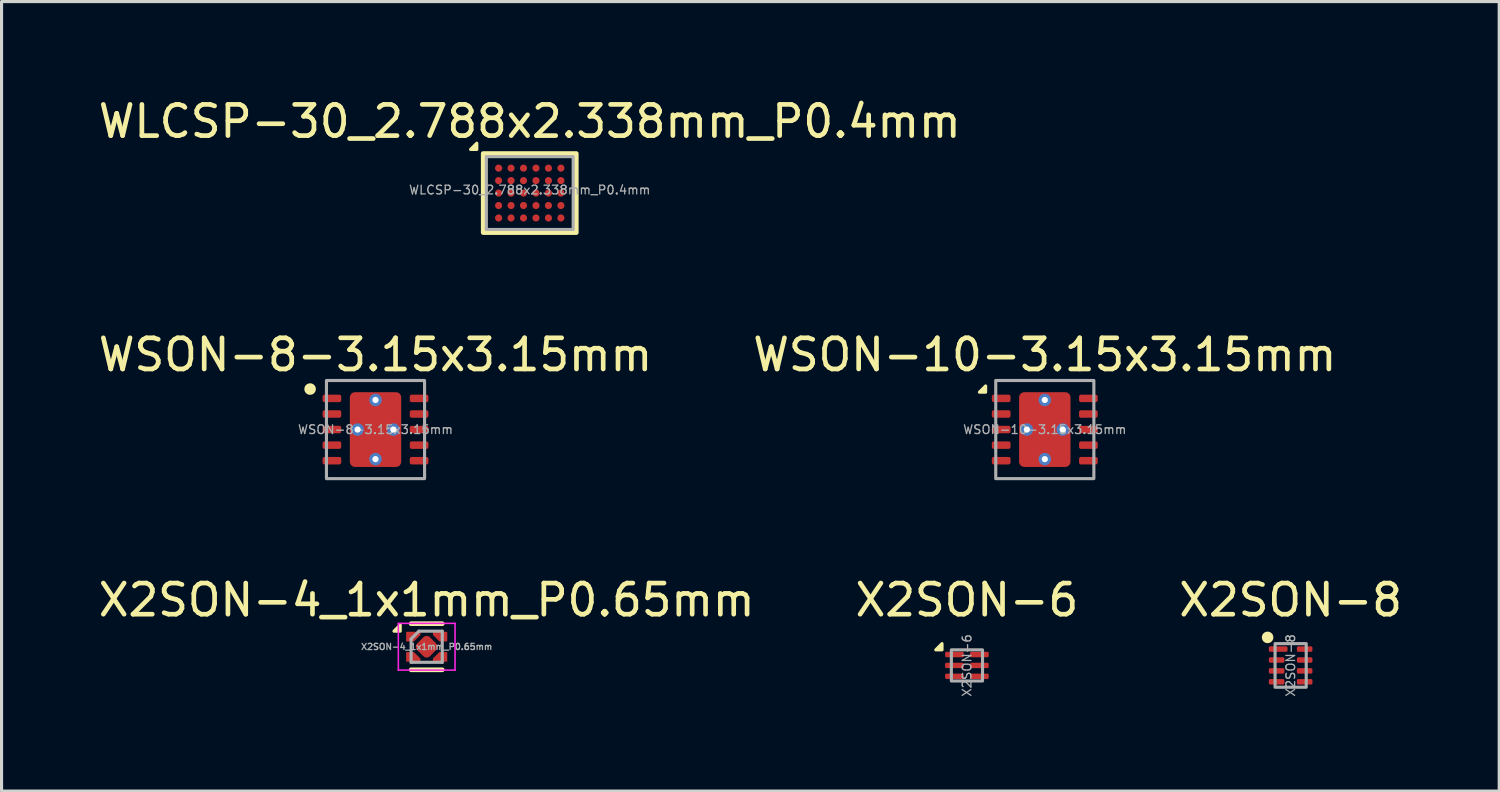
<source format=kicad_pcb>
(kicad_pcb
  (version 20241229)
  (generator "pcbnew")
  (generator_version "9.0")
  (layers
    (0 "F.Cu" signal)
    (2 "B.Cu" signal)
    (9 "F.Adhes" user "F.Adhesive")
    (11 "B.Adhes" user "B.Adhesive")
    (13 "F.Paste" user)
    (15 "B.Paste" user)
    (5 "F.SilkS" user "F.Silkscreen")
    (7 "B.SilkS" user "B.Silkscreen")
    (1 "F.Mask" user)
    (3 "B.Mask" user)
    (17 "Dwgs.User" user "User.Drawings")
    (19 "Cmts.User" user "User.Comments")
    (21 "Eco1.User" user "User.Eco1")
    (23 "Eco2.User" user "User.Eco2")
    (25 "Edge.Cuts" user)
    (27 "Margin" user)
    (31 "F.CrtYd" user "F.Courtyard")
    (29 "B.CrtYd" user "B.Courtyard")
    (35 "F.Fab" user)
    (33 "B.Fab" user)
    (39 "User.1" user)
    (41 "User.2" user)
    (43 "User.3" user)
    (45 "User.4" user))
  (footprint "WSON-8-3.15x3.15mm"
    (layer "F.Cu")
    (at 9.006 10.741)
    (property "Reference" "WSON-8-3.15x3.15mm" (at 0 -2.4 0) (unlocked yes) (layer "F.SilkS") (effects (font (size 1 1) (thickness 0.15))))
    (attr smd)
    (fp_circle (center -2.1 -1.3) (end -1.94 -1.3) (stroke (width 0.05) (type solid)) (fill yes) (layer "F.SilkS"))
    (fp_rect (start -1.575 -1.575) (end 1.575 1.575) (stroke (width 0.1) (type solid)) (fill no) (layer "F.Fab"))
    (fp_text user "${REFERENCE}" (at 0 0 0) (unlocked yes) (layer "F.Fab") (effects (font (size 0.28 0.28) (thickness 0.042))))
    (pad "1" smd roundrect (at -1.4 -1) (size 0.6 0.24) (layers "F.Cu" "F.Mask" "F.Paste") (roundrect_rratio 0.25))
    (pad "2" smd roundrect (at -1.4 -0.5) (size 0.6 0.24) (layers "F.Cu" "F.Mask" "F.Paste") (roundrect_rratio 0.25))
    (pad "3" smd roundrect (at -1.4 0) (size 0.6 0.24) (layers "F.Cu" "F.Mask" "F.Paste") (roundrect_rratio 0.25))
    (pad "4" smd roundrect (at -1.4 0.5) (size 0.6 0.24) (layers "F.Cu" "F.Mask" "F.Paste") (roundrect_rratio 0.25))
    (pad "5" smd roundrect (at -1.4 1) (size 0.6 0.24) (layers "F.Cu" "F.Mask" "F.Paste") (roundrect_rratio 0.25))
    (pad "6" smd roundrect (at 1.4 1) (size 0.6 0.24) (layers "F.Cu" "F.Mask" "F.Paste") (roundrect_rratio 0.25))
    (pad "7" smd roundrect (at 1.4 0.5) (size 0.6 0.24) (layers "F.Cu" "F.Mask" "F.Paste") (roundrect_rratio 0.25))
    (pad "8" smd roundrect (at 1.4 0) (size 0.6 0.24) (layers "F.Cu" "F.Mask" "F.Paste") (roundrect_rratio 0.25))
    (pad "9" smd roundrect (at 1.4 -0.5) (size 0.6 0.24) (layers "F.Cu" "F.Mask" "F.Paste") (roundrect_rratio 0.25))
    (pad "10" smd roundrect (at 1.4 -1) (size 0.6 0.24) (layers "F.Cu" "F.Mask" "F.Paste") (roundrect_rratio 0.25))
    (pad "11" thru_hole circle (at -0.575 0) (size 0.4 0.4) (drill 0.2) (property pad_prop_heatsink) (layers "*.Cu"))
    (pad "11" thru_hole circle (at 0 -0.95) (size 0.4 0.4) (drill 0.2) (property pad_prop_heatsink) (layers "*.Cu"))
    (pad "11" smd roundrect (at 0 0) (size 1.65 2.4) (layers "F.Cu" "F.Mask" "F.Paste") (roundrect_rratio 0.1))
    (pad "11" thru_hole circle (at 0 0.95) (size 0.4 0.4) (drill 0.2) (property pad_prop_heatsink) (layers "*.Cu"))
    (pad "11" thru_hole circle (at 0.575 0) (size 0.4 0.4) (drill 0.2) (property pad_prop_heatsink) (layers "*.Cu")))
  (footprint "WSON-10-3.15x3.15mm"
    (layer "F.Cu")
    (at 30.494 10.741)
    (property "Reference" "WSON-10-3.15x3.15mm" (at 0 -2.4 0) (unlocked yes) (layer "F.SilkS") (effects (font (size 1 1) (thickness 0.15))))
    (attr smd)
    (fp_poly (pts (xy -1.9 -1.2) (xy -1.9 -1.4) (xy -2.1 -1.2)) (stroke (width 0.1) (type solid)) (fill yes) (layer "F.SilkS"))
    (fp_rect (start -1.575 -1.575) (end 1.575 1.575) (stroke (width 0.1) (type solid)) (fill no) (layer "F.Fab"))
    (fp_text user "${REFERENCE}" (at 0 0 0) (unlocked yes) (layer "F.Fab") (effects (font (size 0.28 0.28) (thickness 0.042))))
    (pad "1" smd roundrect (at -1.4 -1) (size 0.6 0.24) (layers "F.Cu" "F.Mask" "F.Paste") (roundrect_rratio 0.25))
    (pad "2" smd roundrect (at -1.4 -0.5) (size 0.6 0.24) (layers "F.Cu" "F.Mask" "F.Paste") (roundrect_rratio 0.25))
    (pad "3" smd roundrect (at -1.4 0) (size 0.6 0.24) (layers "F.Cu" "F.Mask" "F.Paste") (roundrect_rratio 0.25))
    (pad "4" smd roundrect (at -1.4 0.5) (size 0.6 0.24) (layers "F.Cu" "F.Mask" "F.Paste") (roundrect_rratio 0.25))
    (pad "5" smd roundrect (at -1.4 1) (size 0.6 0.24) (layers "F.Cu" "F.Mask" "F.Paste") (roundrect_rratio 0.25))
    (pad "6" smd roundrect (at 1.4 1) (size 0.6 0.24) (layers "F.Cu" "F.Mask" "F.Paste") (roundrect_rratio 0.25))
    (pad "7" smd roundrect (at 1.4 0.5) (size 0.6 0.24) (layers "F.Cu" "F.Mask" "F.Paste") (roundrect_rratio 0.25))
    (pad "8" smd roundrect (at 1.4 0) (size 0.6 0.24) (layers "F.Cu" "F.Mask" "F.Paste") (roundrect_rratio 0.25))
    (pad "9" smd roundrect (at 1.4 -0.5) (size 0.6 0.24) (layers "F.Cu" "F.Mask" "F.Paste") (roundrect_rratio 0.25))
    (pad "10" smd roundrect (at 1.4 -1) (size 0.6 0.24) (layers "F.Cu" "F.Mask" "F.Paste") (roundrect_rratio 0.25))
    (pad "11" thru_hole circle (at -0.575 0) (size 0.4 0.4) (drill 0.2) (property pad_prop_heatsink) (layers "*.Cu"))
    (pad "11" thru_hole circle (at 0 -0.95) (size 0.4 0.4) (drill 0.2) (property pad_prop_heatsink) (layers "*.Cu"))
    (pad "11" smd roundrect (at 0 0) (size 1.65 2.4) (layers "F.Cu" "F.Mask" "F.Paste") (roundrect_rratio 0.1))
    (pad "11" thru_hole circle (at 0 0.95) (size 0.4 0.4) (drill 0.2) (property pad_prop_heatsink) (layers "*.Cu"))
    (pad "11" thru_hole circle (at 0.575 0) (size 0.4 0.4) (drill 0.2) (property pad_prop_heatsink) (layers "*.Cu")))
  (footprint "X2SON-6"
    (layer "F.Cu")
    (at 27.994 18.314)
    (property "Reference" "X2SON-6" (at 0 -2.1 0) (unlocked yes) (layer "F.SilkS") (effects (font (size 1 1) (thickness 0.15))))
    (attr smd)
    (fp_poly (pts (xy -0.8 -0.5) (xy -0.8 -0.7) (xy -1 -0.5)) (stroke (width 0.1) (type solid)) (fill yes) (layer "F.SilkS"))
    (fp_rect (start -0.5 -0.5) (end 0.5 0.5) (stroke (width 0.1) (type solid)) (fill no) (layer "F.Fab"))
    (fp_text user "${REFERENCE}" (at 0 0 90) (unlocked yes) (layer "F.Fab") (effects (font (size 0.28 0.28) (thickness 0.042))))
    (pad "1" smd roundrect (at -0.4 -0.35) (size 0.6 0.175) (layers "F.Cu" "F.Mask" "F.Paste") (roundrect_rratio 0.25))
    (pad "2" smd roundrect (at -0.4 0) (size 0.6 0.175) (layers "F.Cu" "F.Mask" "F.Paste") (roundrect_rratio 0.25))
    (pad "3" smd roundrect (at -0.4 0.35) (size 0.6 0.175) (layers "F.Cu" "F.Mask" "F.Paste") (roundrect_rratio 0.25))
    (pad "4" smd roundrect (at 0.4 0.35) (size 0.6 0.175) (layers "F.Cu" "F.Mask" "F.Paste") (roundrect_rratio 0.25))
    (pad "5" smd roundrect (at 0.4 0) (size 0.6 0.175) (layers "F.Cu" "F.Mask" "F.Paste") (roundrect_rratio 0.25))
    (pad "6" smd roundrect (at 0.4 -0.35) (size 0.6 0.175) (layers "F.Cu" "F.Mask" "F.Paste") (roundrect_rratio 0.25)))
  (footprint "WLCSP-30_2.788x2.338mm_P0.4mm"
    (layer "F.Cu")
    (at 13.958 3.148)
    (property "Reference" "WLCSP-30_2.788x2.338mm_P0.4mm" (at 0 -2.3 0) (unlocked yes) (layer "F.SilkS") (effects (font (size 1 1) (thickness 0.15))))
    (attr smd)
    (fp_rect (start -1.494 -1.269) (end 1.494 1.269) (stroke (width 0.15) (type solid)) (fill no) (layer "F.SilkS"))
    (fp_poly (pts (xy -1.7 -1.4) (xy -1.7 -1.6) (xy -1.9 -1.4)) (stroke (width 0.1) (type solid)) (fill yes) (layer "F.SilkS"))
    (fp_rect (start -1.394 -1.169) (end 1.394 1.169) (stroke (width 0.1) (type solid)) (fill no) (layer "F.Fab"))
    (fp_text user "${REFERENCE}" (at 0 -0.1 0) (unlocked yes) (layer "F.Fab") (effects (font (size 0.28 0.28) (thickness 0.042))))
    (pad "A1" smd circle (at -1 -0.8) (size 0.23 0.23) (layers "F.Cu" "F.Mask" "F.Paste"))
    (pad "A2" smd circle (at -0.6 -0.8) (size 0.23 0.23) (layers "F.Cu" "F.Mask" "F.Paste"))
    (pad "A3" smd circle (at -0.2 -0.8) (size 0.23 0.23) (layers "F.Cu" "F.Mask" "F.Paste"))
    (pad "A4" smd circle (at 0.2 -0.8) (size 0.23 0.23) (layers "F.Cu" "F.Mask" "F.Paste"))
    (pad "A5" smd circle (at 0.6 -0.8) (size 0.23 0.23) (layers "F.Cu" "F.Mask" "F.Paste"))
    (pad "A6" smd circle (at 1 -0.8) (size 0.23 0.23) (layers "F.Cu" "F.Mask" "F.Paste"))
    (pad "B1" smd circle (at -1 -0.4) (size 0.23 0.23) (layers "F.Cu" "F.Mask" "F.Paste"))
    (pad "B2" smd circle (at -0.6 -0.4) (size 0.23 0.23) (layers "F.Cu" "F.Mask" "F.Paste"))
    (pad "B3" smd circle (at -0.2 -0.4) (size 0.23 0.23) (layers "F.Cu" "F.Mask" "F.Paste"))
    (pad "B4" smd circle (at 0.2 -0.4) (size 0.23 0.23) (layers "F.Cu" "F.Mask" "F.Paste"))
    (pad "B5" smd circle (at 0.6 -0.4) (size 0.23 0.23) (layers "F.Cu" "F.Mask" "F.Paste"))
    (pad "B6" smd circle (at 1 -0.4) (size 0.23 0.23) (layers "F.Cu" "F.Mask" "F.Paste"))
    (pad "C1" smd circle (at -1 0) (size 0.23 0.23) (layers "F.Cu" "F.Mask" "F.Paste"))
    (pad "C2" smd circle (at -0.6 0) (size 0.23 0.23) (layers "F.Cu" "F.Mask" "F.Paste"))
    (pad "C3" smd circle (at -0.2 0) (size 0.23 0.23) (layers "F.Cu" "F.Mask" "F.Paste"))
    (pad "C4" smd circle (at 0.2 0) (size 0.23 0.23) (layers "F.Cu" "F.Mask" "F.Paste"))
    (pad "C5" smd circle (at 0.6 0) (size 0.23 0.23) (layers "F.Cu" "F.Mask" "F.Paste"))
    (pad "C6" smd circle (at 1 0) (size 0.23 0.23) (layers "F.Cu" "F.Mask" "F.Paste"))
    (pad "D1" smd circle (at -1 0.4) (size 0.23 0.23) (layers "F.Cu" "F.Mask" "F.Paste"))
    (pad "D2" smd circle (at -0.6 0.4) (size 0.23 0.23) (layers "F.Cu" "F.Mask" "F.Paste"))
    (pad "D3" smd circle (at -0.2 0.4) (size 0.23 0.23) (layers "F.Cu" "F.Mask" "F.Paste"))
    (pad "D4" smd circle (at 0.2 0.4) (size 0.23 0.23) (layers "F.Cu" "F.Mask" "F.Paste"))
    (pad "D5" smd circle (at 0.6 0.4) (size 0.23 0.23) (layers "F.Cu" "F.Mask" "F.Paste"))
    (pad "D6" smd circle (at 1 0.4) (size 0.23 0.23) (layers "F.Cu" "F.Mask" "F.Paste"))
    (pad "E1" smd circle (at -1 0.8) (size 0.23 0.23) (layers "F.Cu" "F.Mask" "F.Paste"))
    (pad "E2" smd circle (at -0.6 0.8) (size 0.23 0.23) (layers "F.Cu" "F.Mask" "F.Paste"))
    (pad "E3" smd circle (at -0.2 0.8) (size 0.23 0.23) (layers "F.Cu" "F.Mask" "F.Paste"))
    (pad "E4" smd circle (at 0.2 0.8) (size 0.23 0.23) (layers "F.Cu" "F.Mask" "F.Paste"))
    (pad "E5" smd circle (at 0.6 0.8) (size 0.23 0.23) (layers "F.Cu" "F.Mask" "F.Paste"))
    (pad "E6" smd circle (at 1 0.8) (size 0.23 0.23) (layers "F.Cu" "F.Mask" "F.Paste")))
  (footprint "X2SON-8"
    (layer "F.Cu")
    (at 38.387 18.314)
    (property "Reference" "X2SON-8" (at 0 -2.1 0) (unlocked yes) (layer "F.SilkS") (effects (font (size 1 1) (thickness 0.15))))
    (attr smd)
    (fp_circle (center -0.74 -0.9) (end -0.58 -0.9) (stroke (width 0.05) (type solid)) (fill yes) (layer "F.SilkS"))
    (fp_rect (start -0.5 -0.7) (end 0.5 0.7) (stroke (width 0.1) (type solid)) (fill no) (layer "F.Fab"))
    (fp_text user "${REFERENCE}" (at 0 0 90) (unlocked yes) (layer "F.Fab") (effects (font (size 0.28 0.28) (thickness 0.042))))
    (pad "1" smd roundrect (at -0.4 -0.525) (size 0.6 0.175) (layers "F.Cu" "F.Mask" "F.Paste") (roundrect_rratio 0.25))
    (pad "2" smd roundrect (at -0.45 -0.175) (size 0.5 0.175) (layers "F.Cu" "F.Mask" "F.Paste") (roundrect_rratio 0.25))
    (pad "3" smd roundrect (at -0.45 0.175) (size 0.5 0.175) (layers "F.Cu" "F.Mask" "F.Paste") (roundrect_rratio 0.25))
    (pad "4" smd roundrect (at -0.45 0.525) (size 0.5 0.175) (layers "F.Cu" "F.Mask" "F.Paste") (roundrect_rratio 0.25))
    (pad "5" smd roundrect (at 0.45 0.525) (size 0.5 0.175) (layers "F.Cu" "F.Mask" "F.Paste") (roundrect_rratio 0.25))
    (pad "6" smd roundrect (at 0.45 0.175) (size 0.5 0.175) (layers "F.Cu" "F.Mask" "F.Paste") (roundrect_rratio 0.25))
    (pad "7" smd roundrect (at 0.45 -0.175) (size 0.5 0.175) (layers "F.Cu" "F.Mask" "F.Paste") (roundrect_rratio 0.25))
    (pad "8" smd roundrect (at 0.45 -0.525) (size 0.5 0.175) (layers "F.Cu" "F.Mask" "F.Paste") (roundrect_rratio 0.25)))
  (footprint "X2SON-4_1x1mm_P0.65mm"
    (layer "F.Cu")
    (at 10.649 17.714)
    (property "Reference" "X2SON-4_1x1mm_P0.65mm" (at 0 -1.5 0) (layer "F.SilkS") (effects (font (size 1 1) (thickness 0.15))))
    (attr smd)
    (fp_line (start -0.5 -0.74) (end 0.5 -0.74) (stroke (width 0.15) (type solid)) (layer "F.SilkS"))
    (fp_line (start -0.5 0.74) (end 0.5 0.74) (stroke (width 0.15) (type solid)) (layer "F.SilkS"))
    (fp_poly (pts (xy -0.85 -0.5) (xy -0.85 -0.7) (xy -1.05 -0.5)) (stroke (width 0.1) (type solid)) (fill yes) (layer "F.SilkS"))
    (fp_line (start -0.91 -0.75) (end 0.91 -0.75) (stroke (width 0.05) (type solid)) (layer "F.CrtYd"))
    (fp_line (start -0.91 0.75) (end -0.91 -0.75) (stroke (width 0.05) (type solid)) (layer "F.CrtYd"))
    (fp_line (start 0.91 -0.75) (end 0.91 0.75) (stroke (width 0.05) (type solid)) (layer "F.CrtYd"))
    (fp_line (start 0.91 0.75) (end -0.91 0.75) (stroke (width 0.05) (type solid)) (layer "F.CrtYd"))
    (fp_line (start -0.5 -0.25) (end -0.25 -0.5) (stroke (width 0.1) (type solid)) (layer "F.Fab"))
    (fp_line (start -0.5 0.5) (end -0.5 -0.25) (stroke (width 0.1) (type solid)) (layer "F.Fab"))
    (fp_line (start -0.25 -0.5) (end 0.5 -0.5) (stroke (width 0.1) (type solid)) (layer "F.Fab"))
    (fp_line (start 0.5 -0.5) (end 0.5 0.5) (stroke (width 0.1) (type solid)) (layer "F.Fab"))
    (fp_line (start 0.5 0.5) (end -0.5 0.5) (stroke (width 0.1) (type solid)) (layer "F.Fab"))
    (fp_text user "${REFERENCE}" (at 0 0 0) (layer "F.Fab") (effects (font (size 0.2 0.2) (thickness 0.04))))
    (pad "" smd custom (at -0.43 -0.325) (size 0.148 0.148) (layers "F.Mask") (options (anchor circle)) (primitives (gr_poly (pts (xy 0.18 -0.075) (xy 0 0.105) (xy -0.18 0.105) (xy -0.18 -0.105) (xy 0.18 -0.105)) (width 0) (fill yes))))
    (pad "" smd custom (at -0.43 -0.325) (size 0.148 0.148) (layers "F.Paste") (options (anchor circle)) (primitives (gr_poly (pts (xy 0.18 -0.075) (xy 0 0.105) (xy -0.22 0.105) (xy -0.22 -0.105) (xy 0.18 -0.105)) (width 0) (fill yes))))
    (pad "" smd custom (at -0.43 0.325) (size 0.148 0.148) (layers "F.Mask") (options (anchor circle)) (primitives (gr_poly (pts (xy 0.18 0.075) (xy 0.18 0.105) (xy -0.18 0.105) (xy -0.18 -0.105) (xy 0 -0.105)) (width 0) (fill yes))))
    (pad "" smd custom (at -0.43 0.325) (size 0.148 0.148) (layers "F.Paste") (options (anchor circle)) (primitives (gr_poly (pts (xy 0.18 0.075) (xy 0.18 0.105) (xy -0.22 0.105) (xy -0.22 -0.105) (xy 0 -0.105)) (width 0) (fill yes))))
    (pad "" smd custom (at 0.43 -0.325) (size 0.148 0.148) (layers "F.Mask") (options (anchor circle)) (primitives (gr_poly (pts (xy 0.18 0.105) (xy 0 0.105) (xy -0.18 -0.075) (xy -0.18 -0.105) (xy 0.18 -0.105)) (width 0) (fill yes))))
    (pad "" smd custom (at 0.43 -0.325) (size 0.148 0.148) (layers "F.Paste") (options (anchor circle)) (primitives (gr_poly (pts (xy 0.22 0.105) (xy 0 0.105) (xy -0.18 -0.075) (xy -0.18 -0.105) (xy 0.22 -0.105)) (width 0) (fill yes))))
    (pad "" smd custom (at 0.43 0.325) (size 0.148 0.148) (layers "F.Mask") (options (anchor circle)) (primitives (gr_poly (pts (xy 0.18 0.105) (xy -0.18 0.105) (xy -0.18 0.075) (xy 0 -0.105) (xy 0.18 -0.105)) (width 0) (fill yes))))
    (pad "" smd custom (at 0.43 0.325) (size 0.148 0.148) (layers "F.Paste") (options (anchor circle)) (primitives (gr_poly (pts (xy 0.22 0.105) (xy -0.18 0.105) (xy -0.18 0.075) (xy 0 -0.105) (xy 0.22 -0.105)) (width 0) (fill yes))))
    (pad "1" smd custom (at -0.43 -0.325) (size 0.148 0.148) (layers "F.Cu") (options (anchor circle)) (primitives (gr_poly (pts (xy 0.23 -0.054) (xy 0.021 0.155) (xy -0.23 0.155) (xy -0.23 -0.155) (xy 0.23 -0.155)) (width 0) (fill yes))))
    (pad "2" smd custom (at -0.43 0.325) (size 0.148 0.148) (layers "F.Cu") (options (anchor circle)) (primitives (gr_poly (pts (xy 0.23 0.054) (xy 0.23 0.155) (xy -0.23 0.155) (xy -0.23 -0.155) (xy 0.021 -0.155)) (width 0) (fill yes))))
    (pad "3" smd custom (at 0.43 0.325) (size 0.148 0.148) (layers "F.Cu") (options (anchor circle)) (primitives (gr_poly (pts (xy 0.23 0.155) (xy -0.23 0.155) (xy -0.23 0.054) (xy -0.021 -0.155) (xy 0.23 -0.155)) (width 0) (fill yes))))
    (pad "4" smd custom (at 0.43 -0.325) (size 0.148 0.148) (layers "F.Cu") (options (anchor circle)) (primitives (gr_poly (pts (xy 0.23 0.155) (xy -0.021 0.155) (xy -0.23 -0.054) (xy -0.23 -0.155) (xy 0.23 -0.155)) (width 0) (fill yes))))
    (pad "5" smd roundrect (at 0 0 45) (size 0.58 0.58) (layers "F.Cu" "F.Mask" "F.Paste") (roundrect_rratio 0.25)))
  (gr_rect
    (start -3 -3)
    (end 45.083 22.349)
    (stroke (width 0.1) (type default))
    (fill no)
    (layer "Edge.Cuts")))
</source>
